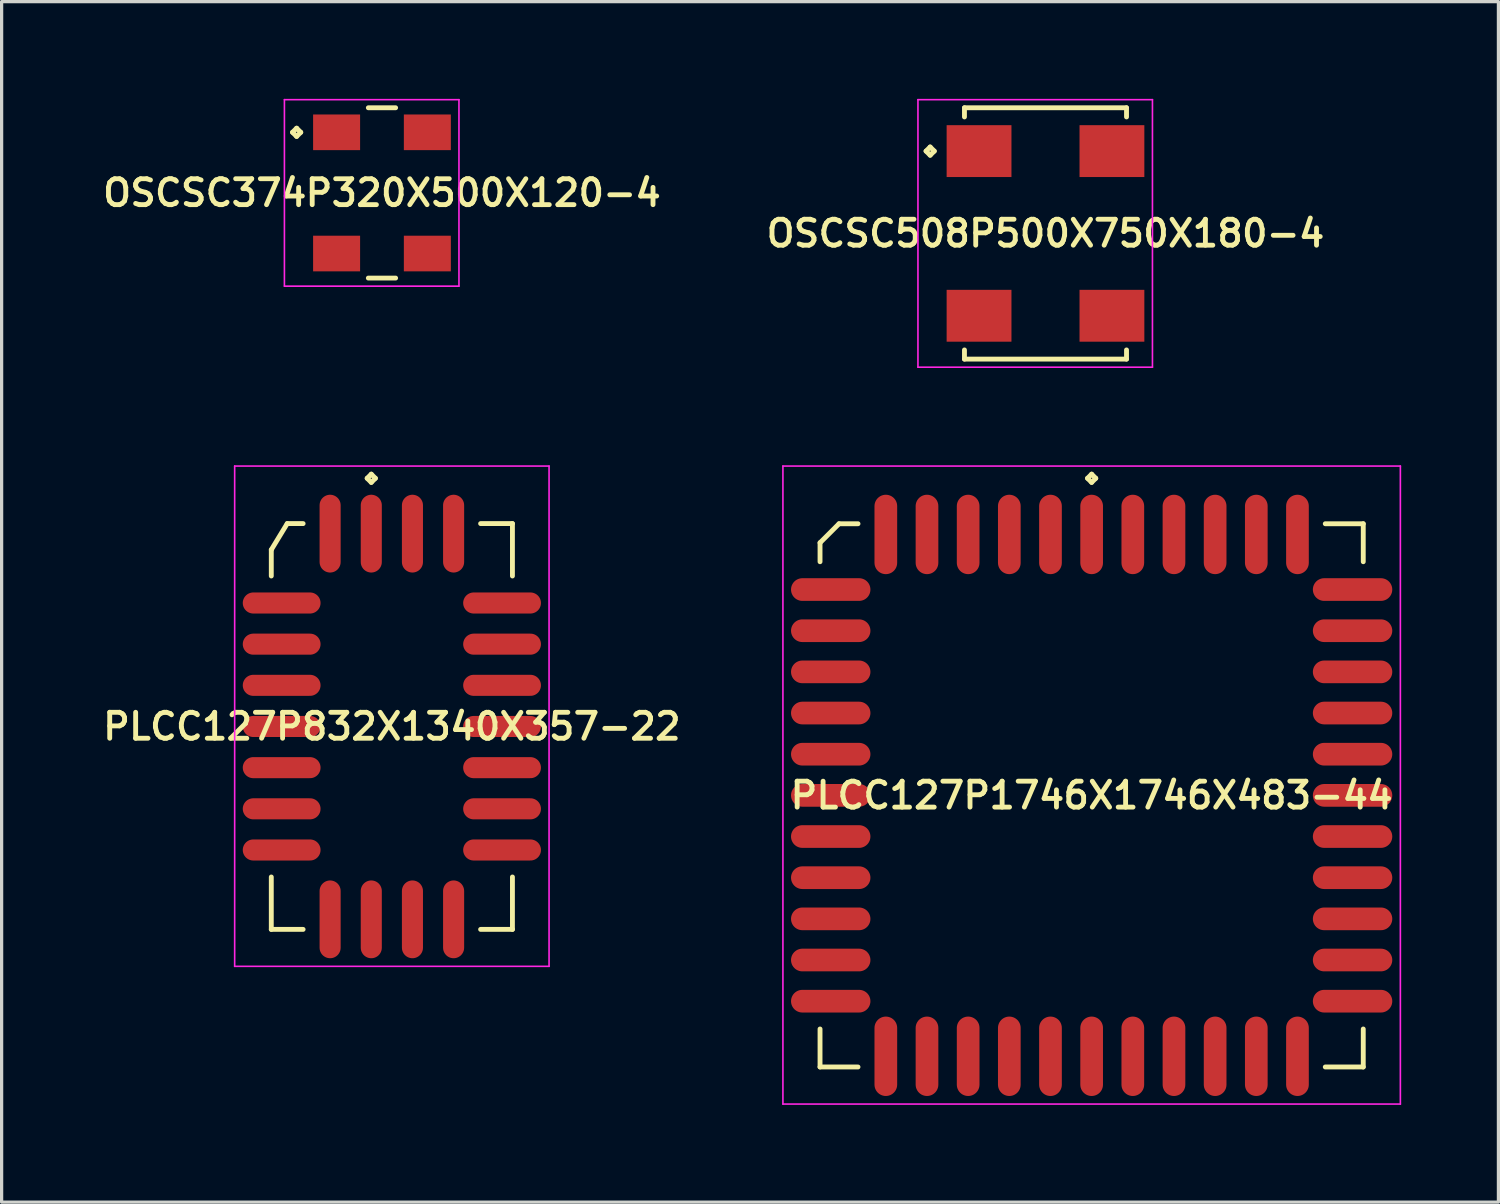
<source format=kicad_pcb>
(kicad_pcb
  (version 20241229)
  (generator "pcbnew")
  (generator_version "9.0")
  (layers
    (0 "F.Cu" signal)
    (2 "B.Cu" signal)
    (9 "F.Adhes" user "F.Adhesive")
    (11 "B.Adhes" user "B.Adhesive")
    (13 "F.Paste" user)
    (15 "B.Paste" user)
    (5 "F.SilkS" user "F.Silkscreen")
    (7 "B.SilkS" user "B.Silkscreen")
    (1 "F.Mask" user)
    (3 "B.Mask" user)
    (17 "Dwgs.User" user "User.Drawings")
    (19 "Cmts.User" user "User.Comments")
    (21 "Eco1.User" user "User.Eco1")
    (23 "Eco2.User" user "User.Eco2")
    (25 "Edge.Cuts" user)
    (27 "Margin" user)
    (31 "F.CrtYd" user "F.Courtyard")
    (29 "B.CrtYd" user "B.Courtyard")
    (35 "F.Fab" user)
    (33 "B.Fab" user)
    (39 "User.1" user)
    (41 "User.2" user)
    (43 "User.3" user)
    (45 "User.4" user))
  (footprint "PLCC127P832X1340X357-22"
    (layer "F.Cu")
    (at 9.04 19.364)
    (property "Reference" "PLCC127P832X1340X357-22" (at 0 0 0) (layer "F.SilkS") (effects (font (size 0.8 0.8) (thickness 0.15))))
    (attr smd)
    (fp_line (start -3.72 -5.452) (end -3.229 -6.26) (stroke (width 0.15) (type solid)) (layer "F.SilkS"))
    (fp_line (start -3.72 -4.643) (end -3.72 -5.452) (stroke (width 0.15) (type solid)) (layer "F.SilkS"))
    (fp_line (start -3.72 4.643) (end -3.72 6.26) (stroke (width 0.15) (type solid)) (layer "F.SilkS"))
    (fp_line (start -3.72 6.26) (end -2.738 6.26) (stroke (width 0.15) (type solid)) (layer "F.SilkS"))
    (fp_line (start -3.229 -6.26) (end -2.738 -6.26) (stroke (width 0.15) (type solid)) (layer "F.SilkS"))
    (fp_line (start -0.762 -7.658) (end -0.635 -7.785) (stroke (width 0.15) (type solid)) (layer "F.SilkS"))
    (fp_line (start -0.635 -7.785) (end -0.508 -7.658) (stroke (width 0.15) (type solid)) (layer "F.SilkS"))
    (fp_line (start -0.635 -7.531) (end -0.762 -7.658) (stroke (width 0.15) (type solid)) (layer "F.SilkS"))
    (fp_line (start -0.508 -7.658) (end -0.635 -7.531) (stroke (width 0.15) (type solid)) (layer "F.SilkS"))
    (fp_line (start 3.72 -6.26) (end 2.738 -6.26) (stroke (width 0.15) (type solid)) (layer "F.SilkS"))
    (fp_line (start 3.72 -4.643) (end 3.72 -6.26) (stroke (width 0.15) (type solid)) (layer "F.SilkS"))
    (fp_line (start 3.72 4.643) (end 3.72 6.26) (stroke (width 0.15) (type solid)) (layer "F.SilkS"))
    (fp_line (start 3.72 6.26) (end 2.738 6.26) (stroke (width 0.15) (type solid)) (layer "F.SilkS"))
    (fp_line (start -4.85 -8.035) (end 4.85 -8.035) (stroke (width 0.05) (type solid)) (layer "F.CrtYd"))
    (fp_line (start -4.85 7.4) (end -4.85 -8.035) (stroke (width 0.05) (type solid)) (layer "F.CrtYd"))
    (fp_line (start 4.85 -8.035) (end 4.85 7.4) (stroke (width 0.05) (type solid)) (layer "F.CrtYd"))
    (fp_line (start 4.85 7.4) (end -4.85 7.4) (stroke (width 0.05) (type solid)) (layer "F.CrtYd"))
    (pad "1" smd oval (at -0.635 -5.95) (size 0.65 2.4) (layers "F.Cu" "F.Mask" "F.Paste"))
    (pad "2" smd oval (at -1.905 -5.95) (size 0.65 2.4) (layers "F.Cu" "F.Mask" "F.Paste"))
    (pad "3" smd oval (at -3.4 -3.81) (size 2.4 0.65) (layers "F.Cu" "F.Mask" "F.Paste"))
    (pad "4" smd oval (at -3.4 -2.54) (size 2.4 0.65) (layers "F.Cu" "F.Mask" "F.Paste"))
    (pad "5" smd oval (at -3.4 -1.27) (size 2.4 0.65) (layers "F.Cu" "F.Mask" "F.Paste"))
    (pad "6" smd oval (at -3.4 0) (size 2.4 0.65) (layers "F.Cu" "F.Mask" "F.Paste"))
    (pad "7" smd oval (at -3.4 1.27) (size 2.4 0.65) (layers "F.Cu" "F.Mask" "F.Paste"))
    (pad "8" smd oval (at -3.4 2.54) (size 2.4 0.65) (layers "F.Cu" "F.Mask" "F.Paste"))
    (pad "9" smd oval (at -3.4 3.81) (size 2.4 0.65) (layers "F.Cu" "F.Mask" "F.Paste"))
    (pad "10" smd oval (at -1.905 5.95) (size 0.65 2.4) (layers "F.Cu" "F.Mask" "F.Paste"))
    (pad "11" smd oval (at -0.635 5.95) (size 0.65 2.4) (layers "F.Cu" "F.Mask" "F.Paste"))
    (pad "12" smd oval (at 0.635 5.95) (size 0.65 2.4) (layers "F.Cu" "F.Mask" "F.Paste"))
    (pad "13" smd oval (at 1.905 5.95) (size 0.65 2.4) (layers "F.Cu" "F.Mask" "F.Paste"))
    (pad "14" smd oval (at 3.4 3.81) (size 2.4 0.65) (layers "F.Cu" "F.Mask" "F.Paste"))
    (pad "15" smd oval (at 3.4 2.54) (size 2.4 0.65) (layers "F.Cu" "F.Mask" "F.Paste"))
    (pad "16" smd oval (at 3.4 1.27) (size 2.4 0.65) (layers "F.Cu" "F.Mask" "F.Paste"))
    (pad "17" smd oval (at 3.4 0) (size 2.4 0.65) (layers "F.Cu" "F.Mask" "F.Paste"))
    (pad "18" smd oval (at 3.4 -1.27) (size 2.4 0.65) (layers "F.Cu" "F.Mask" "F.Paste"))
    (pad "19" smd oval (at 3.4 -2.54) (size 2.4 0.65) (layers "F.Cu" "F.Mask" "F.Paste"))
    (pad "20" smd oval (at 3.4 -3.81) (size 2.4 0.65) (layers "F.Cu" "F.Mask" "F.Paste"))
    (pad "21" smd oval (at 1.905 -5.95) (size 0.65 2.4) (layers "F.Cu" "F.Mask" "F.Paste"))
    (pad "22" smd oval (at 0.635 -5.95) (size 0.65 2.4) (layers "F.Cu" "F.Mask" "F.Paste")))
  (footprint "OSCSC374P320X500X120-4"
    (layer "F.Cu")
    (at 8.735 2.902)
    (property "Reference" "OSCSC374P320X500X120-4" (at 0 0 0) (layer "F.SilkS") (effects (font (size 0.8 0.8) (thickness 0.15))))
    (attr smd)
    (fp_line (start -2.76 -1.87) (end -2.633 -1.997) (stroke (width 0.15) (type solid)) (layer "F.SilkS"))
    (fp_line (start -2.633 -1.997) (end -2.506 -1.87) (stroke (width 0.15) (type solid)) (layer "F.SilkS"))
    (fp_line (start -2.633 -1.743) (end -2.76 -1.87) (stroke (width 0.15) (type solid)) (layer "F.SilkS"))
    (fp_line (start -2.506 -1.87) (end -2.633 -1.743) (stroke (width 0.15) (type solid)) (layer "F.SilkS"))
    (fp_line (start -0.421 -2.627) (end 0.421 -2.627) (stroke (width 0.15) (type solid)) (layer "F.SilkS"))
    (fp_line (start -0.421 2.627) (end 0.421 2.627) (stroke (width 0.15) (type solid)) (layer "F.SilkS"))
    (fp_line (start -3.01 -2.877) (end 2.375 -2.877) (stroke (width 0.05) (type solid)) (layer "F.CrtYd"))
    (fp_line (start -3.01 2.877) (end -3.01 -2.877) (stroke (width 0.05) (type solid)) (layer "F.CrtYd"))
    (fp_line (start 2.375 -2.877) (end 2.375 2.877) (stroke (width 0.05) (type solid)) (layer "F.CrtYd"))
    (fp_line (start 2.375 2.877) (end -3.01 2.877) (stroke (width 0.05) (type solid)) (layer "F.CrtYd"))
    (pad "1" smd rect (at -1.4 -1.87) (size 1.45 1.1) (layers "F.Cu" "F.Mask" "F.Paste"))
    (pad "2" smd rect (at -1.4 1.87) (size 1.45 1.1) (layers "F.Cu" "F.Mask" "F.Paste"))
    (pad "3" smd rect (at 1.4 1.87) (size 1.45 1.1) (layers "F.Cu" "F.Mask" "F.Paste"))
    (pad "4" smd rect (at 1.4 -1.87) (size 1.45 1.1) (layers "F.Cu" "F.Mask" "F.Paste")))
  (footprint "PLCC127P1746X1746X483-44"
    (layer "F.Cu")
    (at 30.63 21.489)
    (property "Reference" "PLCC127P1746X1746X483-44" (at 0 0 0) (layer "F.SilkS") (effects (font (size 0.8 0.8) (thickness 0.15))))
    (attr smd)
    (fp_line (start -8.38 -7.794) (end -7.794 -8.38) (stroke (width 0.15) (type solid)) (layer "F.SilkS"))
    (fp_line (start -8.38 -7.208) (end -8.38 -7.794) (stroke (width 0.15) (type solid)) (layer "F.SilkS"))
    (fp_line (start -8.38 7.208) (end -8.38 8.38) (stroke (width 0.15) (type solid)) (layer "F.SilkS"))
    (fp_line (start -8.38 8.38) (end -7.208 8.38) (stroke (width 0.15) (type solid)) (layer "F.SilkS"))
    (fp_line (start -7.794 -8.38) (end -7.208 -8.38) (stroke (width 0.15) (type solid)) (layer "F.SilkS"))
    (fp_line (start -0.127 -9.783) (end 0 -9.91) (stroke (width 0.15) (type solid)) (layer "F.SilkS"))
    (fp_line (start 0 -9.91) (end 0.127 -9.783) (stroke (width 0.15) (type solid)) (layer "F.SilkS"))
    (fp_line (start 0 -9.656) (end -0.127 -9.783) (stroke (width 0.15) (type solid)) (layer "F.SilkS"))
    (fp_line (start 0.127 -9.783) (end 0 -9.656) (stroke (width 0.15) (type solid)) (layer "F.SilkS"))
    (fp_line (start 8.38 -8.38) (end 7.208 -8.38) (stroke (width 0.15) (type solid)) (layer "F.SilkS"))
    (fp_line (start 8.38 -7.208) (end 8.38 -8.38) (stroke (width 0.15) (type solid)) (layer "F.SilkS"))
    (fp_line (start 8.38 7.208) (end 8.38 8.38) (stroke (width 0.15) (type solid)) (layer "F.SilkS"))
    (fp_line (start 8.38 8.38) (end 7.208 8.38) (stroke (width 0.15) (type solid)) (layer "F.SilkS"))
    (fp_line (start -9.525 -10.16) (end 9.525 -10.16) (stroke (width 0.05) (type solid)) (layer "F.CrtYd"))
    (fp_line (start -9.525 9.525) (end -9.525 -10.16) (stroke (width 0.05) (type solid)) (layer "F.CrtYd"))
    (fp_line (start 9.525 -10.16) (end 9.525 9.525) (stroke (width 0.05) (type solid)) (layer "F.CrtYd"))
    (fp_line (start 9.525 9.525) (end -9.525 9.525) (stroke (width 0.05) (type solid)) (layer "F.CrtYd"))
    (pad "1" smd oval (at 0 -8.05) (size 0.7 2.45) (layers "F.Cu" "F.Mask" "F.Paste"))
    (pad "2" smd oval (at -1.27 -8.05) (size 0.7 2.45) (layers "F.Cu" "F.Mask" "F.Paste"))
    (pad "3" smd oval (at -2.54 -8.05) (size 0.7 2.45) (layers "F.Cu" "F.Mask" "F.Paste"))
    (pad "4" smd oval (at -3.81 -8.05) (size 0.7 2.45) (layers "F.Cu" "F.Mask" "F.Paste"))
    (pad "5" smd oval (at -5.08 -8.05) (size 0.7 2.45) (layers "F.Cu" "F.Mask" "F.Paste"))
    (pad "6" smd oval (at -6.35 -8.05) (size 0.7 2.45) (layers "F.Cu" "F.Mask" "F.Paste"))
    (pad "7" smd oval (at -8.05 -6.35) (size 2.45 0.7) (layers "F.Cu" "F.Mask" "F.Paste"))
    (pad "8" smd oval (at -8.05 -5.08) (size 2.45 0.7) (layers "F.Cu" "F.Mask" "F.Paste"))
    (pad "9" smd oval (at -8.05 -3.81) (size 2.45 0.7) (layers "F.Cu" "F.Mask" "F.Paste"))
    (pad "10" smd oval (at -8.05 -2.54) (size 2.45 0.7) (layers "F.Cu" "F.Mask" "F.Paste"))
    (pad "11" smd oval (at -8.05 -1.27) (size 2.45 0.7) (layers "F.Cu" "F.Mask" "F.Paste"))
    (pad "12" smd oval (at -8.05 0) (size 2.45 0.7) (layers "F.Cu" "F.Mask" "F.Paste"))
    (pad "13" smd oval (at -8.05 1.27) (size 2.45 0.7) (layers "F.Cu" "F.Mask" "F.Paste"))
    (pad "14" smd oval (at -8.05 2.54) (size 2.45 0.7) (layers "F.Cu" "F.Mask" "F.Paste"))
    (pad "15" smd oval (at -8.05 3.81) (size 2.45 0.7) (layers "F.Cu" "F.Mask" "F.Paste"))
    (pad "16" smd oval (at -8.05 5.08) (size 2.45 0.7) (layers "F.Cu" "F.Mask" "F.Paste"))
    (pad "17" smd oval (at -8.05 6.35) (size 2.45 0.7) (layers "F.Cu" "F.Mask" "F.Paste"))
    (pad "18" smd oval (at -6.35 8.05) (size 0.7 2.45) (layers "F.Cu" "F.Mask" "F.Paste"))
    (pad "19" smd oval (at -5.08 8.05) (size 0.7 2.45) (layers "F.Cu" "F.Mask" "F.Paste"))
    (pad "20" smd oval (at -3.81 8.05) (size 0.7 2.45) (layers "F.Cu" "F.Mask" "F.Paste"))
    (pad "21" smd oval (at -2.54 8.05) (size 0.7 2.45) (layers "F.Cu" "F.Mask" "F.Paste"))
    (pad "22" smd oval (at -1.27 8.05) (size 0.7 2.45) (layers "F.Cu" "F.Mask" "F.Paste"))
    (pad "23" smd oval (at 0 8.05) (size 0.7 2.45) (layers "F.Cu" "F.Mask" "F.Paste"))
    (pad "24" smd oval (at 1.27 8.05) (size 0.7 2.45) (layers "F.Cu" "F.Mask" "F.Paste"))
    (pad "25" smd oval (at 2.54 8.05) (size 0.7 2.45) (layers "F.Cu" "F.Mask" "F.Paste"))
    (pad "26" smd oval (at 3.81 8.05) (size 0.7 2.45) (layers "F.Cu" "F.Mask" "F.Paste"))
    (pad "27" smd oval (at 5.08 8.05) (size 0.7 2.45) (layers "F.Cu" "F.Mask" "F.Paste"))
    (pad "28" smd oval (at 6.35 8.05) (size 0.7 2.45) (layers "F.Cu" "F.Mask" "F.Paste"))
    (pad "29" smd oval (at 8.05 6.35) (size 2.45 0.7) (layers "F.Cu" "F.Mask" "F.Paste"))
    (pad "30" smd oval (at 8.05 5.08) (size 2.45 0.7) (layers "F.Cu" "F.Mask" "F.Paste"))
    (pad "31" smd oval (at 8.05 3.81) (size 2.45 0.7) (layers "F.Cu" "F.Mask" "F.Paste"))
    (pad "32" smd oval (at 8.05 2.54) (size 2.45 0.7) (layers "F.Cu" "F.Mask" "F.Paste"))
    (pad "33" smd oval (at 8.05 1.27) (size 2.45 0.7) (layers "F.Cu" "F.Mask" "F.Paste"))
    (pad "34" smd oval (at 8.05 0) (size 2.45 0.7) (layers "F.Cu" "F.Mask" "F.Paste"))
    (pad "35" smd oval (at 8.05 -1.27) (size 2.45 0.7) (layers "F.Cu" "F.Mask" "F.Paste"))
    (pad "36" smd oval (at 8.05 -2.54) (size 2.45 0.7) (layers "F.Cu" "F.Mask" "F.Paste"))
    (pad "37" smd oval (at 8.05 -3.81) (size 2.45 0.7) (layers "F.Cu" "F.Mask" "F.Paste"))
    (pad "38" smd oval (at 8.05 -5.08) (size 2.45 0.7) (layers "F.Cu" "F.Mask" "F.Paste"))
    (pad "39" smd oval (at 8.05 -6.35) (size 2.45 0.7) (layers "F.Cu" "F.Mask" "F.Paste"))
    (pad "40" smd oval (at 6.35 -8.05) (size 0.7 2.45) (layers "F.Cu" "F.Mask" "F.Paste"))
    (pad "41" smd oval (at 5.08 -8.05) (size 0.7 2.45) (layers "F.Cu" "F.Mask" "F.Paste"))
    (pad "42" smd oval (at 3.81 -8.05) (size 0.7 2.45) (layers "F.Cu" "F.Mask" "F.Paste"))
    (pad "43" smd oval (at 2.54 -8.05) (size 0.7 2.45) (layers "F.Cu" "F.Mask" "F.Paste"))
    (pad "44" smd oval (at 1.27 -8.05) (size 0.7 2.45) (layers "F.Cu" "F.Mask" "F.Paste")))
  (footprint "OSCSC508P500X750X180-4"
    (layer "F.Cu")
    (at 29.206 4.152)
    (property "Reference" "OSCSC508P500X750X180-4" (at 0 0 0) (layer "F.SilkS") (effects (font (size 0.8 0.8) (thickness 0.15))))
    (attr smd)
    (fp_line (start -3.685 -2.54) (end -3.558 -2.667) (stroke (width 0.15) (type solid)) (layer "F.SilkS"))
    (fp_line (start -3.558 -2.667) (end -3.431 -2.54) (stroke (width 0.15) (type solid)) (layer "F.SilkS"))
    (fp_line (start -3.558 -2.413) (end -3.685 -2.54) (stroke (width 0.15) (type solid)) (layer "F.SilkS"))
    (fp_line (start -3.431 -2.54) (end -3.558 -2.413) (stroke (width 0.15) (type solid)) (layer "F.SilkS"))
    (fp_line (start -2.5 -3.877) (end 2.5 -3.877) (stroke (width 0.15) (type solid)) (layer "F.SilkS"))
    (fp_line (start -2.5 -3.594) (end -2.5 -3.877) (stroke (width 0.15) (type solid)) (layer "F.SilkS"))
    (fp_line (start -2.5 3.594) (end -2.5 3.877) (stroke (width 0.15) (type solid)) (layer "F.SilkS"))
    (fp_line (start -2.5 3.877) (end 2.5 3.877) (stroke (width 0.15) (type solid)) (layer "F.SilkS"))
    (fp_line (start 2.5 -3.877) (end 2.5 -3.594) (stroke (width 0.15) (type solid)) (layer "F.SilkS"))
    (fp_line (start 2.5 3.877) (end 2.5 3.594) (stroke (width 0.15) (type solid)) (layer "F.SilkS"))
    (fp_line (start -3.935 -4.127) (end 3.3 -4.127) (stroke (width 0.05) (type solid)) (layer "F.CrtYd"))
    (fp_line (start -3.935 4.127) (end -3.935 -4.127) (stroke (width 0.05) (type solid)) (layer "F.CrtYd"))
    (fp_line (start 3.3 -4.127) (end 3.3 4.127) (stroke (width 0.05) (type solid)) (layer "F.CrtYd"))
    (fp_line (start 3.3 4.127) (end -3.935 4.127) (stroke (width 0.05) (type solid)) (layer "F.CrtYd"))
    (pad "1" smd rect (at -2.05 -2.54) (size 2 1.6) (layers "F.Cu" "F.Mask" "F.Paste"))
    (pad "2" smd rect (at -2.05 2.54) (size 2 1.6) (layers "F.Cu" "F.Mask" "F.Paste"))
    (pad "3" smd rect (at 2.05 2.54) (size 2 1.6) (layers "F.Cu" "F.Mask" "F.Paste"))
    (pad "4" smd rect (at 2.05 -2.54) (size 2 1.6) (layers "F.Cu" "F.Mask" "F.Paste")))
  (gr_rect
    (start -3 -3)
    (end 43.18 34.039)
    (stroke (width 0.1) (type default))
    (fill no)
    (layer "Edge.Cuts")))
</source>
